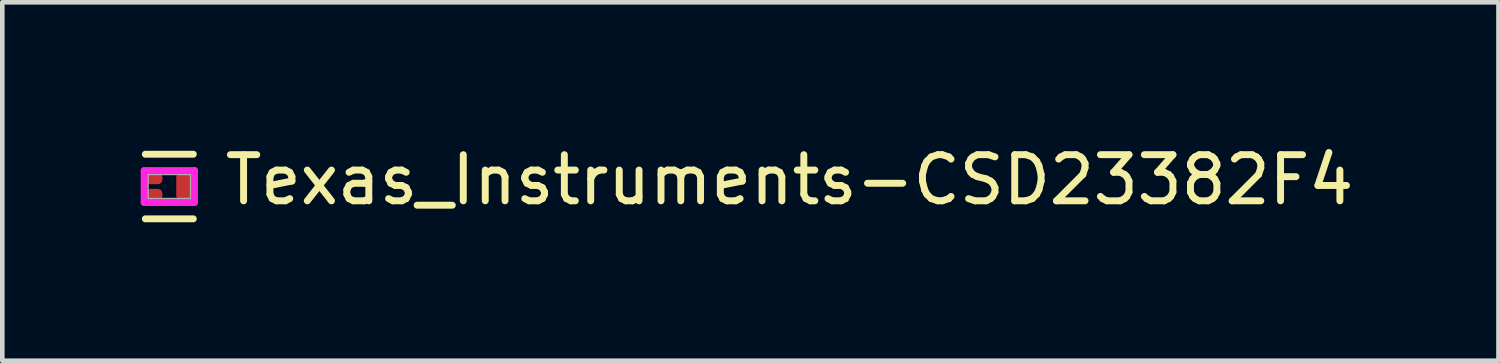
<source format=kicad_pcb>
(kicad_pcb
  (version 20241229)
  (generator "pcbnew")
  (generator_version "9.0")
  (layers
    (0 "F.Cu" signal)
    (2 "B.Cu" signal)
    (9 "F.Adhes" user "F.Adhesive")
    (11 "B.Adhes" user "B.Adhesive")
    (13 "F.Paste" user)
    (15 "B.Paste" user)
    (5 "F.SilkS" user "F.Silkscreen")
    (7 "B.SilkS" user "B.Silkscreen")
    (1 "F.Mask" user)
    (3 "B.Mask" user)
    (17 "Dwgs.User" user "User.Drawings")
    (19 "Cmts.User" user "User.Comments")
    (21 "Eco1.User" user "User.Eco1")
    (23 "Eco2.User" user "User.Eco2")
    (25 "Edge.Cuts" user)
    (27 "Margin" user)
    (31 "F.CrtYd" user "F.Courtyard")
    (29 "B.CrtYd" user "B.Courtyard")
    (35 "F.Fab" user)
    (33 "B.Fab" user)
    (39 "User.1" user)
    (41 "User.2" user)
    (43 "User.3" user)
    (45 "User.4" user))
  (footprint "Texas_Instruments-CSD23382F4"
    (layer "F.Cu")
    (at 0.62 0.993)
    (property "Reference" "Texas_Instruments-CSD23382F4" (at 1.13 -0.145 0) (layer "F.SilkS") (effects (font (size 1 1) (thickness 0.15)) (justify left)))
    (attr through_hole)
    (fp_line (start -0.52 -0.7) (end 0.52 -0.7) (stroke (width 0.15) (type solid)) (layer "F.SilkS"))
    (fp_line (start -0.52 0.7) (end 0.52 0.7) (stroke (width 0.15) (type solid)) (layer "F.SilkS"))
    (fp_line (start -0.545 -0.345) (end -0.545 0.345) (stroke (width 0.15) (type solid)) (layer "F.CrtYd"))
    (fp_line (start -0.545 0.345) (end 0.545 0.345) (stroke (width 0.15) (type solid)) (layer "F.CrtYd"))
    (fp_line (start 0.545 -0.345) (end -0.545 -0.345) (stroke (width 0.15) (type solid)) (layer "F.CrtYd"))
    (fp_line (start 0.545 -0.345) (end 0.545 -0.345) (stroke (width 0.15) (type solid)) (layer "F.CrtYd"))
    (fp_line (start 0.545 0.345) (end 0.545 -0.345) (stroke (width 0.15) (type solid)) (layer "F.CrtYd"))
    (fp_line (start -0.52 -0.32) (end 0.52 -0.32) (stroke (width 0.15) (type solid)) (layer "F.Fab"))
    (fp_line (start -0.52 0.32) (end -0.52 -0.32) (stroke (width 0.15) (type solid)) (layer "F.Fab"))
    (fp_line (start 0.52 -0.32) (end 0.52 0.32) (stroke (width 0.15) (type solid)) (layer "F.Fab"))
    (fp_line (start 0.52 0.32) (end -0.52 0.32) (stroke (width 0.15) (type solid)) (layer "F.Fab"))
    (pad "" smd roundrect (at -0.325 -0.2) (size 0.25 0.2) (layers "F.Paste") (roundrect_rratio 0.5))
    (pad "" smd roundrect (at -0.325 -0.175) (size 0.25 0.15) (layers "F.Mask") (roundrect_rratio 0.5))
    (pad "" smd roundrect (at -0.325 0.175) (size 0.25 0.15) (layers "F.Mask") (roundrect_rratio 0.5))
    (pad "" smd roundrect (at -0.325 0.2) (size 0.25 0.2) (layers "F.Paste") (roundrect_rratio 0.5))
    (pad "" smd roundrect (at 0.325 0) (size 0.25 0.5) (layers "F.Mask" "F.Paste") (roundrect_rratio 0.4))
    (pad "1" smd roundrect (at -0.325 -0.175) (size 0.35 0.25) (layers "F.Cu") (roundrect_rratio 0.4))
    (pad "2" smd roundrect (at -0.325 0.175) (size 0.35 0.25) (layers "F.Cu") (roundrect_rratio 0.4))
    (pad "3" smd roundrect (at 0.325 0) (size 0.35 0.6) (layers "F.Cu") (roundrect_rratio 0.286)))
  (gr_rect
    (start -3 -3)
    (end 29.429 4.768)
    (stroke (width 0.1) (type default))
    (fill no)
    (layer "Edge.Cuts")))
</source>
